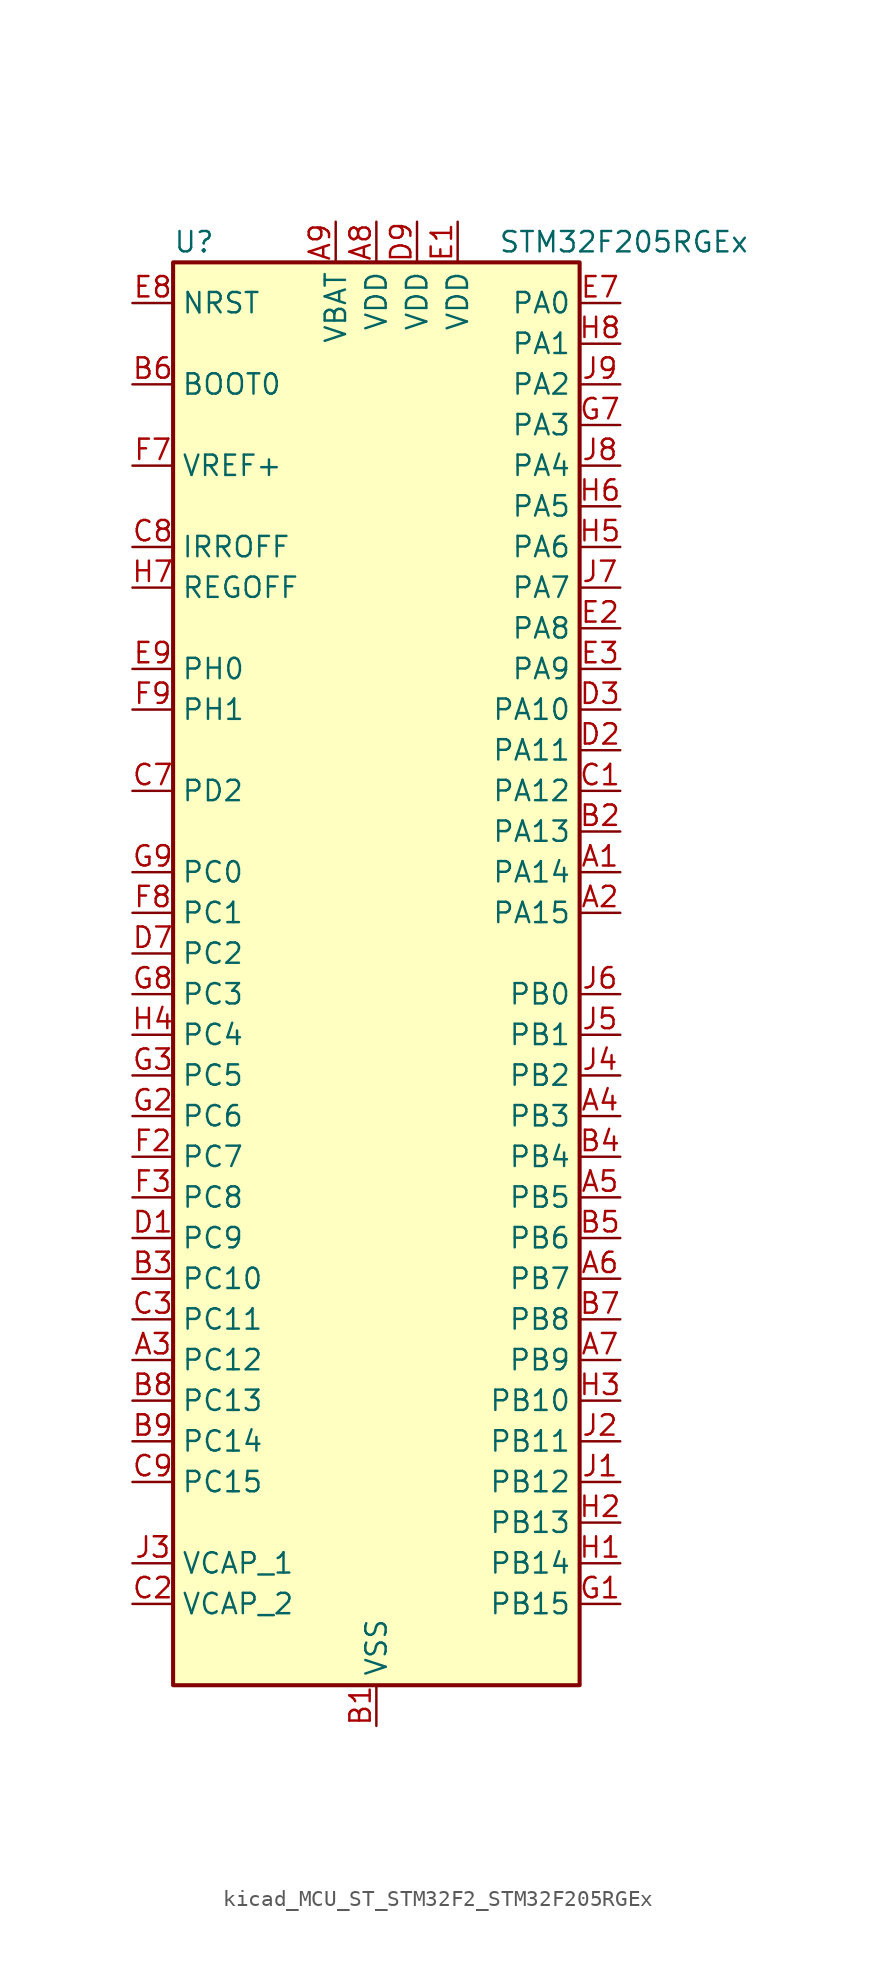
<source format=kicad_sym>
(kicad_symbol_lib
  (version 20220914)
  (generator kicad_symbol_editor)
  (symbol "kicad_MCU_ST_STM32F2_STM32F205RGEx"
    (property "Reference" "U"
      (at -12.7 46.99 0)
      (effects (font (size 1.27 1.27)) (justify left)))
    (property "Value" "STM32F205RGEx"
      (at 7.62 46.99 0)
      (effects (font (size 1.27 1.27)) (justify left)))
    (property "ki_locked" ""
      (at 0 0 0)
      (effects (font (size 1.27 1.27))))
    (symbol "kicad_MCU_ST_STM32F2_STM32F205RGEx_0_1"
      (rectangle (start -12.7 -43.18) (end 12.7 45.72) (stroke (width 0.254) (type default)) (fill (type background))))
    (symbol "kicad_MCU_ST_STM32F2_STM32F205RGEx_1_1"
      (pin bidirectional line (at 15.24 7.62 180) (length 2.54) (name "PA14" (effects (font (size 1.27 1.27)))) (number "A1" (effects (font (size 1.27 1.27)))) (alternate "SYS_JTCK-SWCLK" bidirectional line))
      (pin bidirectional line (at 15.24 5.08 180) (length 2.54) (name "PA15" (effects (font (size 1.27 1.27)))) (number "A2" (effects (font (size 1.27 1.27)))) (alternate "ADC1_EXTI15" bidirectional line) (alternate "ADC2_EXTI15" bidirectional line) (alternate "ADC3_EXTI15" bidirectional line) (alternate "I2S3_WS" bidirectional line) (alternate "SPI1_NSS" bidirectional line) (alternate "SPI3_NSS" bidirectional line) (alternate "SYS_JTDI" bidirectional line) (alternate "TIM2_CH1" bidirectional line) (alternate "TIM2_ETR" bidirectional line))
      (pin bidirectional line (at -15.24 -22.86 0) (length 2.54) (name "PC12" (effects (font (size 1.27 1.27)))) (number "A3" (effects (font (size 1.27 1.27)))) (alternate "I2S3_SD" bidirectional line) (alternate "SDIO_CK" bidirectional line) (alternate "SPI3_MOSI" bidirectional line) (alternate "UART5_TX" bidirectional line) (alternate "USART3_CK" bidirectional line))
      (pin bidirectional line (at 15.24 -7.62 180) (length 2.54) (name "PB3" (effects (font (size 1.27 1.27)))) (number "A4" (effects (font (size 1.27 1.27)))) (alternate "I2S3_SCK" bidirectional line) (alternate "SPI1_SCK" bidirectional line) (alternate "SPI3_SCK" bidirectional line) (alternate "SYS_JTDO-SWO" bidirectional line) (alternate "TIM2_CH2" bidirectional line))
      (pin bidirectional line (at 15.24 -12.7 180) (length 2.54) (name "PB5" (effects (font (size 1.27 1.27)))) (number "A5" (effects (font (size 1.27 1.27)))) (alternate "CAN2_RX" bidirectional line) (alternate "I2C1_SMBA" bidirectional line) (alternate "I2S3_SD" bidirectional line) (alternate "SPI1_MOSI" bidirectional line) (alternate "SPI3_MOSI" bidirectional line) (alternate "TIM3_CH2" bidirectional line) (alternate "USB_OTG_HS_ULPI_D7" bidirectional line))
      (pin bidirectional line (at 15.24 -17.78 180) (length 2.54) (name "PB7" (effects (font (size 1.27 1.27)))) (number "A6" (effects (font (size 1.27 1.27)))) (alternate "I2C1_SDA" bidirectional line) (alternate "TIM4_CH2" bidirectional line) (alternate "USART1_RX" bidirectional line))
      (pin bidirectional line (at 15.24 -22.86 180) (length 2.54) (name "PB9" (effects (font (size 1.27 1.27)))) (number "A7" (effects (font (size 1.27 1.27)))) (alternate "CAN1_TX" bidirectional line) (alternate "DAC_EXTI9" bidirectional line) (alternate "I2C1_SDA" bidirectional line) (alternate "I2S2_WS" bidirectional line) (alternate "SDIO_D5" bidirectional line) (alternate "SPI2_NSS" bidirectional line) (alternate "TIM11_CH1" bidirectional line) (alternate "TIM4_CH4" bidirectional line))
      (pin power_in line (at 0 48.26 270) (length 2.54) (name "VDD" (effects (font (size 1.27 1.27)))) (number "A8" (effects (font (size 1.27 1.27)))))
      (pin power_in line (at -2.54 48.26 270) (length 2.54) (name "VBAT" (effects (font (size 1.27 1.27)))) (number "A9" (effects (font (size 1.27 1.27)))))
      (pin power_in line (at 0 -45.72 90) (length 2.54) (name "VSS" (effects (font (size 1.27 1.27)))) (number "B1" (effects (font (size 1.27 1.27)))))
      (pin bidirectional line (at 15.24 10.16 180) (length 2.54) (name "PA13" (effects (font (size 1.27 1.27)))) (number "B2" (effects (font (size 1.27 1.27)))) (alternate "SYS_JTMS-SWDIO" bidirectional line))
      (pin bidirectional line (at -15.24 -17.78 0) (length 2.54) (name "PC10" (effects (font (size 1.27 1.27)))) (number "B3" (effects (font (size 1.27 1.27)))) (alternate "I2S3_SCK" bidirectional line) (alternate "SDIO_D2" bidirectional line) (alternate "SPI3_SCK" bidirectional line) (alternate "UART4_TX" bidirectional line) (alternate "USART3_TX" bidirectional line))
      (pin bidirectional line (at 15.24 -10.16 180) (length 2.54) (name "PB4" (effects (font (size 1.27 1.27)))) (number "B4" (effects (font (size 1.27 1.27)))) (alternate "SPI1_MISO" bidirectional line) (alternate "SPI3_MISO" bidirectional line) (alternate "SYS_JTRST" bidirectional line) (alternate "TIM3_CH1" bidirectional line))
      (pin bidirectional line (at 15.24 -15.24 180) (length 2.54) (name "PB6" (effects (font (size 1.27 1.27)))) (number "B5" (effects (font (size 1.27 1.27)))) (alternate "CAN2_TX" bidirectional line) (alternate "I2C1_SCL" bidirectional line) (alternate "TIM4_CH1" bidirectional line) (alternate "USART1_TX" bidirectional line))
      (pin input line (at -15.24 38.1 0) (length 2.54) (name "BOOT0" (effects (font (size 1.27 1.27)))) (number "B6" (effects (font (size 1.27 1.27)))))
      (pin bidirectional line (at 15.24 -20.32 180) (length 2.54) (name "PB8" (effects (font (size 1.27 1.27)))) (number "B7" (effects (font (size 1.27 1.27)))) (alternate "CAN1_RX" bidirectional line) (alternate "I2C1_SCL" bidirectional line) (alternate "SDIO_D4" bidirectional line) (alternate "TIM10_CH1" bidirectional line) (alternate "TIM4_CH3" bidirectional line))
      (pin bidirectional line (at -15.24 -25.4 0) (length 2.54) (name "PC13" (effects (font (size 1.27 1.27)))) (number "B8" (effects (font (size 1.27 1.27)))) (alternate "RTC_AF1" bidirectional line))
      (pin bidirectional line (at -15.24 -27.94 0) (length 2.54) (name "PC14" (effects (font (size 1.27 1.27)))) (number "B9" (effects (font (size 1.27 1.27)))) (alternate "RCC_OSC32_IN" bidirectional line))
      (pin bidirectional line (at 15.24 12.7 180) (length 2.54) (name "PA12" (effects (font (size 1.27 1.27)))) (number "C1" (effects (font (size 1.27 1.27)))) (alternate "CAN1_TX" bidirectional line) (alternate "TIM1_ETR" bidirectional line) (alternate "USART1_RTS" bidirectional line) (alternate "USB_OTG_FS_DP" bidirectional line))
      (pin power_out line (at -15.24 -38.1 0) (length 2.54) (name "VCAP_2" (effects (font (size 1.27 1.27)))) (number "C2" (effects (font (size 1.27 1.27)))))
      (pin bidirectional line (at -15.24 -20.32 0) (length 2.54) (name "PC11" (effects (font (size 1.27 1.27)))) (number "C3" (effects (font (size 1.27 1.27)))) (alternate "ADC1_EXTI11" bidirectional line) (alternate "ADC2_EXTI11" bidirectional line) (alternate "ADC3_EXTI11" bidirectional line) (alternate "SDIO_D3" bidirectional line) (alternate "SPI3_MISO" bidirectional line) (alternate "UART4_RX" bidirectional line) (alternate "USART3_RX" bidirectional line))
      (pin bidirectional line (at -15.24 12.7 0) (length 2.54) (name "PD2" (effects (font (size 1.27 1.27)))) (number "C7" (effects (font (size 1.27 1.27)))) (alternate "SDIO_CMD" bidirectional line) (alternate "TIM3_ETR" bidirectional line) (alternate "UART5_RX" bidirectional line))
      (pin input line (at -15.24 27.94 0) (length 2.54) (name "IRROFF" (effects (font (size 1.27 1.27)))) (number "C8" (effects (font (size 1.27 1.27)))))
      (pin bidirectional line (at -15.24 -30.48 0) (length 2.54) (name "PC15" (effects (font (size 1.27 1.27)))) (number "C9" (effects (font (size 1.27 1.27)))) (alternate "ADC1_EXTI15" bidirectional line) (alternate "ADC2_EXTI15" bidirectional line) (alternate "ADC3_EXTI15" bidirectional line) (alternate "RCC_OSC32_OUT" bidirectional line))
      (pin bidirectional line (at -15.24 -15.24 0) (length 2.54) (name "PC9" (effects (font (size 1.27 1.27)))) (number "D1" (effects (font (size 1.27 1.27)))) (alternate "DAC_EXTI9" bidirectional line) (alternate "I2C3_SDA" bidirectional line) (alternate "I2S_CKIN" bidirectional line) (alternate "RCC_MCO_2" bidirectional line) (alternate "SDIO_D1" bidirectional line) (alternate "TIM3_CH4" bidirectional line) (alternate "TIM8_CH4" bidirectional line))
      (pin bidirectional line (at 15.24 15.24 180) (length 2.54) (name "PA11" (effects (font (size 1.27 1.27)))) (number "D2" (effects (font (size 1.27 1.27)))) (alternate "ADC1_EXTI11" bidirectional line) (alternate "ADC2_EXTI11" bidirectional line) (alternate "ADC3_EXTI11" bidirectional line) (alternate "CAN1_RX" bidirectional line) (alternate "TIM1_CH4" bidirectional line) (alternate "USART1_CTS" bidirectional line) (alternate "USB_OTG_FS_DM" bidirectional line))
      (pin bidirectional line (at 15.24 17.78 180) (length 2.54) (name "PA10" (effects (font (size 1.27 1.27)))) (number "D3" (effects (font (size 1.27 1.27)))) (alternate "TIM1_CH3" bidirectional line) (alternate "USART1_RX" bidirectional line) (alternate "USB_OTG_FS_ID" bidirectional line))
      (pin bidirectional line (at -15.24 2.54 0) (length 2.54) (name "PC2" (effects (font (size 1.27 1.27)))) (number "D7" (effects (font (size 1.27 1.27)))) (alternate "ADC1_IN12" bidirectional line) (alternate "ADC2_IN12" bidirectional line) (alternate "ADC3_IN12" bidirectional line) (alternate "SPI2_MISO" bidirectional line) (alternate "USB_OTG_HS_ULPI_DIR" bidirectional line))
      (pin passive line (at 0 -45.72 90) (length 2.54) hide (name "VSS" (effects (font (size 1.27 1.27)))) (number "D8" (effects (font (size 1.27 1.27)))))
      (pin power_in line (at 2.54 48.26 270) (length 2.54) (name "VDD" (effects (font (size 1.27 1.27)))) (number "D9" (effects (font (size 1.27 1.27)))))
      (pin power_in line (at 5.08 48.26 270) (length 2.54) (name "VDD" (effects (font (size 1.27 1.27)))) (number "E1" (effects (font (size 1.27 1.27)))))
      (pin bidirectional line (at 15.24 22.86 180) (length 2.54) (name "PA8" (effects (font (size 1.27 1.27)))) (number "E2" (effects (font (size 1.27 1.27)))) (alternate "I2C3_SCL" bidirectional line) (alternate "RCC_MCO_1" bidirectional line) (alternate "TIM1_CH1" bidirectional line) (alternate "USART1_CK" bidirectional line) (alternate "USB_OTG_FS_SOF" bidirectional line))
      (pin bidirectional line (at 15.24 20.32 180) (length 2.54) (name "PA9" (effects (font (size 1.27 1.27)))) (number "E3" (effects (font (size 1.27 1.27)))) (alternate "DAC_EXTI9" bidirectional line) (alternate "I2C3_SMBA" bidirectional line) (alternate "TIM1_CH2" bidirectional line) (alternate "USART1_TX" bidirectional line) (alternate "USB_OTG_FS_VBUS" bidirectional line))
      (pin bidirectional line (at 15.24 43.18 180) (length 2.54) (name "PA0" (effects (font (size 1.27 1.27)))) (number "E7" (effects (font (size 1.27 1.27)))) (alternate "ADC1_IN0" bidirectional line) (alternate "ADC2_IN0" bidirectional line) (alternate "ADC3_IN0" bidirectional line) (alternate "SYS_WKUP" bidirectional line) (alternate "TIM2_CH1" bidirectional line) (alternate "TIM2_ETR" bidirectional line) (alternate "TIM5_CH1" bidirectional line) (alternate "TIM8_ETR" bidirectional line) (alternate "UART4_TX" bidirectional line) (alternate "USART2_CTS" bidirectional line))
      (pin input line (at -15.24 43.18 0) (length 2.54) (name "NRST" (effects (font (size 1.27 1.27)))) (number "E8" (effects (font (size 1.27 1.27)))))
      (pin bidirectional line (at -15.24 20.32 0) (length 2.54) (name "PH0" (effects (font (size 1.27 1.27)))) (number "E9" (effects (font (size 1.27 1.27)))) (alternate "RCC_OSC_IN" bidirectional line))
      (pin passive line (at 0 -45.72 90) (length 2.54) hide (name "VSS" (effects (font (size 1.27 1.27)))) (number "F1" (effects (font (size 1.27 1.27)))))
      (pin bidirectional line (at -15.24 -10.16 0) (length 2.54) (name "PC7" (effects (font (size 1.27 1.27)))) (number "F2" (effects (font (size 1.27 1.27)))) (alternate "I2S3_MCK" bidirectional line) (alternate "SDIO_D7" bidirectional line) (alternate "TIM3_CH2" bidirectional line) (alternate "TIM8_CH2" bidirectional line) (alternate "USART6_RX" bidirectional line))
      (pin bidirectional line (at -15.24 -12.7 0) (length 2.54) (name "PC8" (effects (font (size 1.27 1.27)))) (number "F3" (effects (font (size 1.27 1.27)))) (alternate "SDIO_D0" bidirectional line) (alternate "TIM3_CH3" bidirectional line) (alternate "TIM8_CH3" bidirectional line) (alternate "USART6_CK" bidirectional line))
      (pin input line (at -15.24 33.02 0) (length 2.54) (name "VREF+" (effects (font (size 1.27 1.27)))) (number "F7" (effects (font (size 1.27 1.27)))))
      (pin bidirectional line (at -15.24 5.08 0) (length 2.54) (name "PC1" (effects (font (size 1.27 1.27)))) (number "F8" (effects (font (size 1.27 1.27)))) (alternate "ADC1_IN11" bidirectional line) (alternate "ADC2_IN11" bidirectional line) (alternate "ADC3_IN11" bidirectional line))
      (pin bidirectional line (at -15.24 17.78 0) (length 2.54) (name "PH1" (effects (font (size 1.27 1.27)))) (number "F9" (effects (font (size 1.27 1.27)))) (alternate "RCC_OSC_OUT" bidirectional line))
      (pin bidirectional line (at 15.24 -38.1 180) (length 2.54) (name "PB15" (effects (font (size 1.27 1.27)))) (number "G1" (effects (font (size 1.27 1.27)))) (alternate "ADC1_EXTI15" bidirectional line) (alternate "ADC2_EXTI15" bidirectional line) (alternate "ADC3_EXTI15" bidirectional line) (alternate "I2S2_SD" bidirectional line) (alternate "RTC_REFIN" bidirectional line) (alternate "SPI2_MOSI" bidirectional line) (alternate "TIM12_CH2" bidirectional line) (alternate "TIM1_CH3N" bidirectional line) (alternate "TIM8_CH3N" bidirectional line) (alternate "USB_OTG_HS_DP" bidirectional line))
      (pin bidirectional line (at -15.24 -7.62 0) (length 2.54) (name "PC6" (effects (font (size 1.27 1.27)))) (number "G2" (effects (font (size 1.27 1.27)))) (alternate "I2S2_MCK" bidirectional line) (alternate "SDIO_D6" bidirectional line) (alternate "TIM3_CH1" bidirectional line) (alternate "TIM8_CH1" bidirectional line) (alternate "USART6_TX" bidirectional line))
      (pin bidirectional line (at -15.24 -5.08 0) (length 2.54) (name "PC5" (effects (font (size 1.27 1.27)))) (number "G3" (effects (font (size 1.27 1.27)))) (alternate "ADC1_IN15" bidirectional line) (alternate "ADC2_IN15" bidirectional line))
      (pin bidirectional line (at 15.24 35.56 180) (length 2.54) (name "PA3" (effects (font (size 1.27 1.27)))) (number "G7" (effects (font (size 1.27 1.27)))) (alternate "ADC1_IN3" bidirectional line) (alternate "ADC2_IN3" bidirectional line) (alternate "ADC3_IN3" bidirectional line) (alternate "TIM2_CH4" bidirectional line) (alternate "TIM5_CH4" bidirectional line) (alternate "TIM9_CH2" bidirectional line) (alternate "USART2_RX" bidirectional line) (alternate "USB_OTG_HS_ULPI_D0" bidirectional line))
      (pin bidirectional line (at -15.24 0 0) (length 2.54) (name "PC3" (effects (font (size 1.27 1.27)))) (number "G8" (effects (font (size 1.27 1.27)))) (alternate "ADC1_IN13" bidirectional line) (alternate "ADC2_IN13" bidirectional line) (alternate "ADC3_IN13" bidirectional line) (alternate "I2S2_SD" bidirectional line) (alternate "SPI2_MOSI" bidirectional line) (alternate "USB_OTG_HS_ULPI_NXT" bidirectional line))
      (pin bidirectional line (at -15.24 7.62 0) (length 2.54) (name "PC0" (effects (font (size 1.27 1.27)))) (number "G9" (effects (font (size 1.27 1.27)))) (alternate "ADC1_IN10" bidirectional line) (alternate "ADC2_IN10" bidirectional line) (alternate "ADC3_IN10" bidirectional line) (alternate "USB_OTG_HS_ULPI_STP" bidirectional line))
      (pin bidirectional line (at 15.24 -35.56 180) (length 2.54) (name "PB14" (effects (font (size 1.27 1.27)))) (number "H1" (effects (font (size 1.27 1.27)))) (alternate "SPI2_MISO" bidirectional line) (alternate "TIM12_CH1" bidirectional line) (alternate "TIM1_CH2N" bidirectional line) (alternate "TIM8_CH2N" bidirectional line) (alternate "USART3_RTS" bidirectional line) (alternate "USB_OTG_HS_DM" bidirectional line))
      (pin bidirectional line (at 15.24 -33.02 180) (length 2.54) (name "PB13" (effects (font (size 1.27 1.27)))) (number "H2" (effects (font (size 1.27 1.27)))) (alternate "CAN2_TX" bidirectional line) (alternate "I2S2_SCK" bidirectional line) (alternate "SPI2_SCK" bidirectional line) (alternate "TIM1_CH1N" bidirectional line) (alternate "USART3_CTS" bidirectional line) (alternate "USB_OTG_HS_ULPI_D6" bidirectional line) (alternate "USB_OTG_HS_VBUS" bidirectional line))
      (pin bidirectional line (at 15.24 -25.4 180) (length 2.54) (name "PB10" (effects (font (size 1.27 1.27)))) (number "H3" (effects (font (size 1.27 1.27)))) (alternate "I2C2_SCL" bidirectional line) (alternate "I2S2_SCK" bidirectional line) (alternate "SPI2_SCK" bidirectional line) (alternate "TIM2_CH3" bidirectional line) (alternate "USART3_TX" bidirectional line) (alternate "USB_OTG_HS_ULPI_D3" bidirectional line))
      (pin bidirectional line (at -15.24 -2.54 0) (length 2.54) (name "PC4" (effects (font (size 1.27 1.27)))) (number "H4" (effects (font (size 1.27 1.27)))) (alternate "ADC1_IN14" bidirectional line) (alternate "ADC2_IN14" bidirectional line))
      (pin bidirectional line (at 15.24 27.94 180) (length 2.54) (name "PA6" (effects (font (size 1.27 1.27)))) (number "H5" (effects (font (size 1.27 1.27)))) (alternate "ADC1_IN6" bidirectional line) (alternate "ADC2_IN6" bidirectional line) (alternate "SPI1_MISO" bidirectional line) (alternate "TIM13_CH1" bidirectional line) (alternate "TIM1_BKIN" bidirectional line) (alternate "TIM3_CH1" bidirectional line) (alternate "TIM8_BKIN" bidirectional line))
      (pin bidirectional line (at 15.24 30.48 180) (length 2.54) (name "PA5" (effects (font (size 1.27 1.27)))) (number "H6" (effects (font (size 1.27 1.27)))) (alternate "ADC1_IN5" bidirectional line) (alternate "ADC2_IN5" bidirectional line) (alternate "DAC_OUT2" bidirectional line) (alternate "SPI1_SCK" bidirectional line) (alternate "TIM2_CH1" bidirectional line) (alternate "TIM2_ETR" bidirectional line) (alternate "TIM8_CH1N" bidirectional line) (alternate "USB_OTG_HS_ULPI_CK" bidirectional line))
      (pin input line (at -15.24 25.4 0) (length 2.54) (name "REGOFF" (effects (font (size 1.27 1.27)))) (number "H7" (effects (font (size 1.27 1.27)))))
      (pin bidirectional line (at 15.24 40.64 180) (length 2.54) (name "PA1" (effects (font (size 1.27 1.27)))) (number "H8" (effects (font (size 1.27 1.27)))) (alternate "ADC1_IN1" bidirectional line) (alternate "ADC2_IN1" bidirectional line) (alternate "ADC3_IN1" bidirectional line) (alternate "TIM2_CH2" bidirectional line) (alternate "TIM5_CH2" bidirectional line) (alternate "UART4_RX" bidirectional line) (alternate "USART2_RTS" bidirectional line))
      (pin passive line (at 0 -45.72 90) (length 2.54) hide (name "VSS" (effects (font (size 1.27 1.27)))) (number "H9" (effects (font (size 1.27 1.27)))))
      (pin bidirectional line (at 15.24 -30.48 180) (length 2.54) (name "PB12" (effects (font (size 1.27 1.27)))) (number "J1" (effects (font (size 1.27 1.27)))) (alternate "CAN2_RX" bidirectional line) (alternate "I2C2_SMBA" bidirectional line) (alternate "I2S2_WS" bidirectional line) (alternate "SPI2_NSS" bidirectional line) (alternate "TIM1_BKIN" bidirectional line) (alternate "USART3_CK" bidirectional line) (alternate "USB_OTG_HS_ID" bidirectional line) (alternate "USB_OTG_HS_ULPI_D5" bidirectional line))
      (pin bidirectional line (at 15.24 -27.94 180) (length 2.54) (name "PB11" (effects (font (size 1.27 1.27)))) (number "J2" (effects (font (size 1.27 1.27)))) (alternate "ADC1_EXTI11" bidirectional line) (alternate "ADC2_EXTI11" bidirectional line) (alternate "ADC3_EXTI11" bidirectional line) (alternate "I2C2_SDA" bidirectional line) (alternate "TIM2_CH4" bidirectional line) (alternate "USART3_RX" bidirectional line) (alternate "USB_OTG_HS_ULPI_D4" bidirectional line))
      (pin power_out line (at -15.24 -35.56 0) (length 2.54) (name "VCAP_1" (effects (font (size 1.27 1.27)))) (number "J3" (effects (font (size 1.27 1.27)))))
      (pin bidirectional line (at 15.24 -5.08 180) (length 2.54) (name "PB2" (effects (font (size 1.27 1.27)))) (number "J4" (effects (font (size 1.27 1.27)))))
      (pin bidirectional line (at 15.24 -2.54 180) (length 2.54) (name "PB1" (effects (font (size 1.27 1.27)))) (number "J5" (effects (font (size 1.27 1.27)))) (alternate "ADC1_IN9" bidirectional line) (alternate "ADC2_IN9" bidirectional line) (alternate "TIM1_CH3N" bidirectional line) (alternate "TIM3_CH4" bidirectional line) (alternate "TIM8_CH3N" bidirectional line) (alternate "USB_OTG_HS_ULPI_D2" bidirectional line))
      (pin bidirectional line (at 15.24 0 180) (length 2.54) (name "PB0" (effects (font (size 1.27 1.27)))) (number "J6" (effects (font (size 1.27 1.27)))) (alternate "ADC1_IN8" bidirectional line) (alternate "ADC2_IN8" bidirectional line) (alternate "TIM1_CH2N" bidirectional line) (alternate "TIM3_CH3" bidirectional line) (alternate "TIM8_CH2N" bidirectional line) (alternate "USB_OTG_HS_ULPI_D1" bidirectional line))
      (pin bidirectional line (at 15.24 25.4 180) (length 2.54) (name "PA7" (effects (font (size 1.27 1.27)))) (number "J7" (effects (font (size 1.27 1.27)))) (alternate "ADC1_IN7" bidirectional line) (alternate "ADC2_IN7" bidirectional line) (alternate "SPI1_MOSI" bidirectional line) (alternate "TIM14_CH1" bidirectional line) (alternate "TIM1_CH1N" bidirectional line) (alternate "TIM3_CH2" bidirectional line) (alternate "TIM8_CH1N" bidirectional line))
      (pin bidirectional line (at 15.24 33.02 180) (length 2.54) (name "PA4" (effects (font (size 1.27 1.27)))) (number "J8" (effects (font (size 1.27 1.27)))) (alternate "ADC1_IN4" bidirectional line) (alternate "ADC2_IN4" bidirectional line) (alternate "DAC_OUT1" bidirectional line) (alternate "I2S3_WS" bidirectional line) (alternate "SPI1_NSS" bidirectional line) (alternate "SPI3_NSS" bidirectional line) (alternate "USART2_CK" bidirectional line) (alternate "USB_OTG_HS_SOF" bidirectional line))
      (pin bidirectional line (at 15.24 38.1 180) (length 2.54) (name "PA2" (effects (font (size 1.27 1.27)))) (number "J9" (effects (font (size 1.27 1.27)))) (alternate "ADC1_IN2" bidirectional line) (alternate "ADC2_IN2" bidirectional line) (alternate "ADC3_IN2" bidirectional line) (alternate "TIM2_CH3" bidirectional line) (alternate "TIM5_CH3" bidirectional line) (alternate "TIM9_CH1" bidirectional line) (alternate "USART2_TX" bidirectional line)))))
</source>
